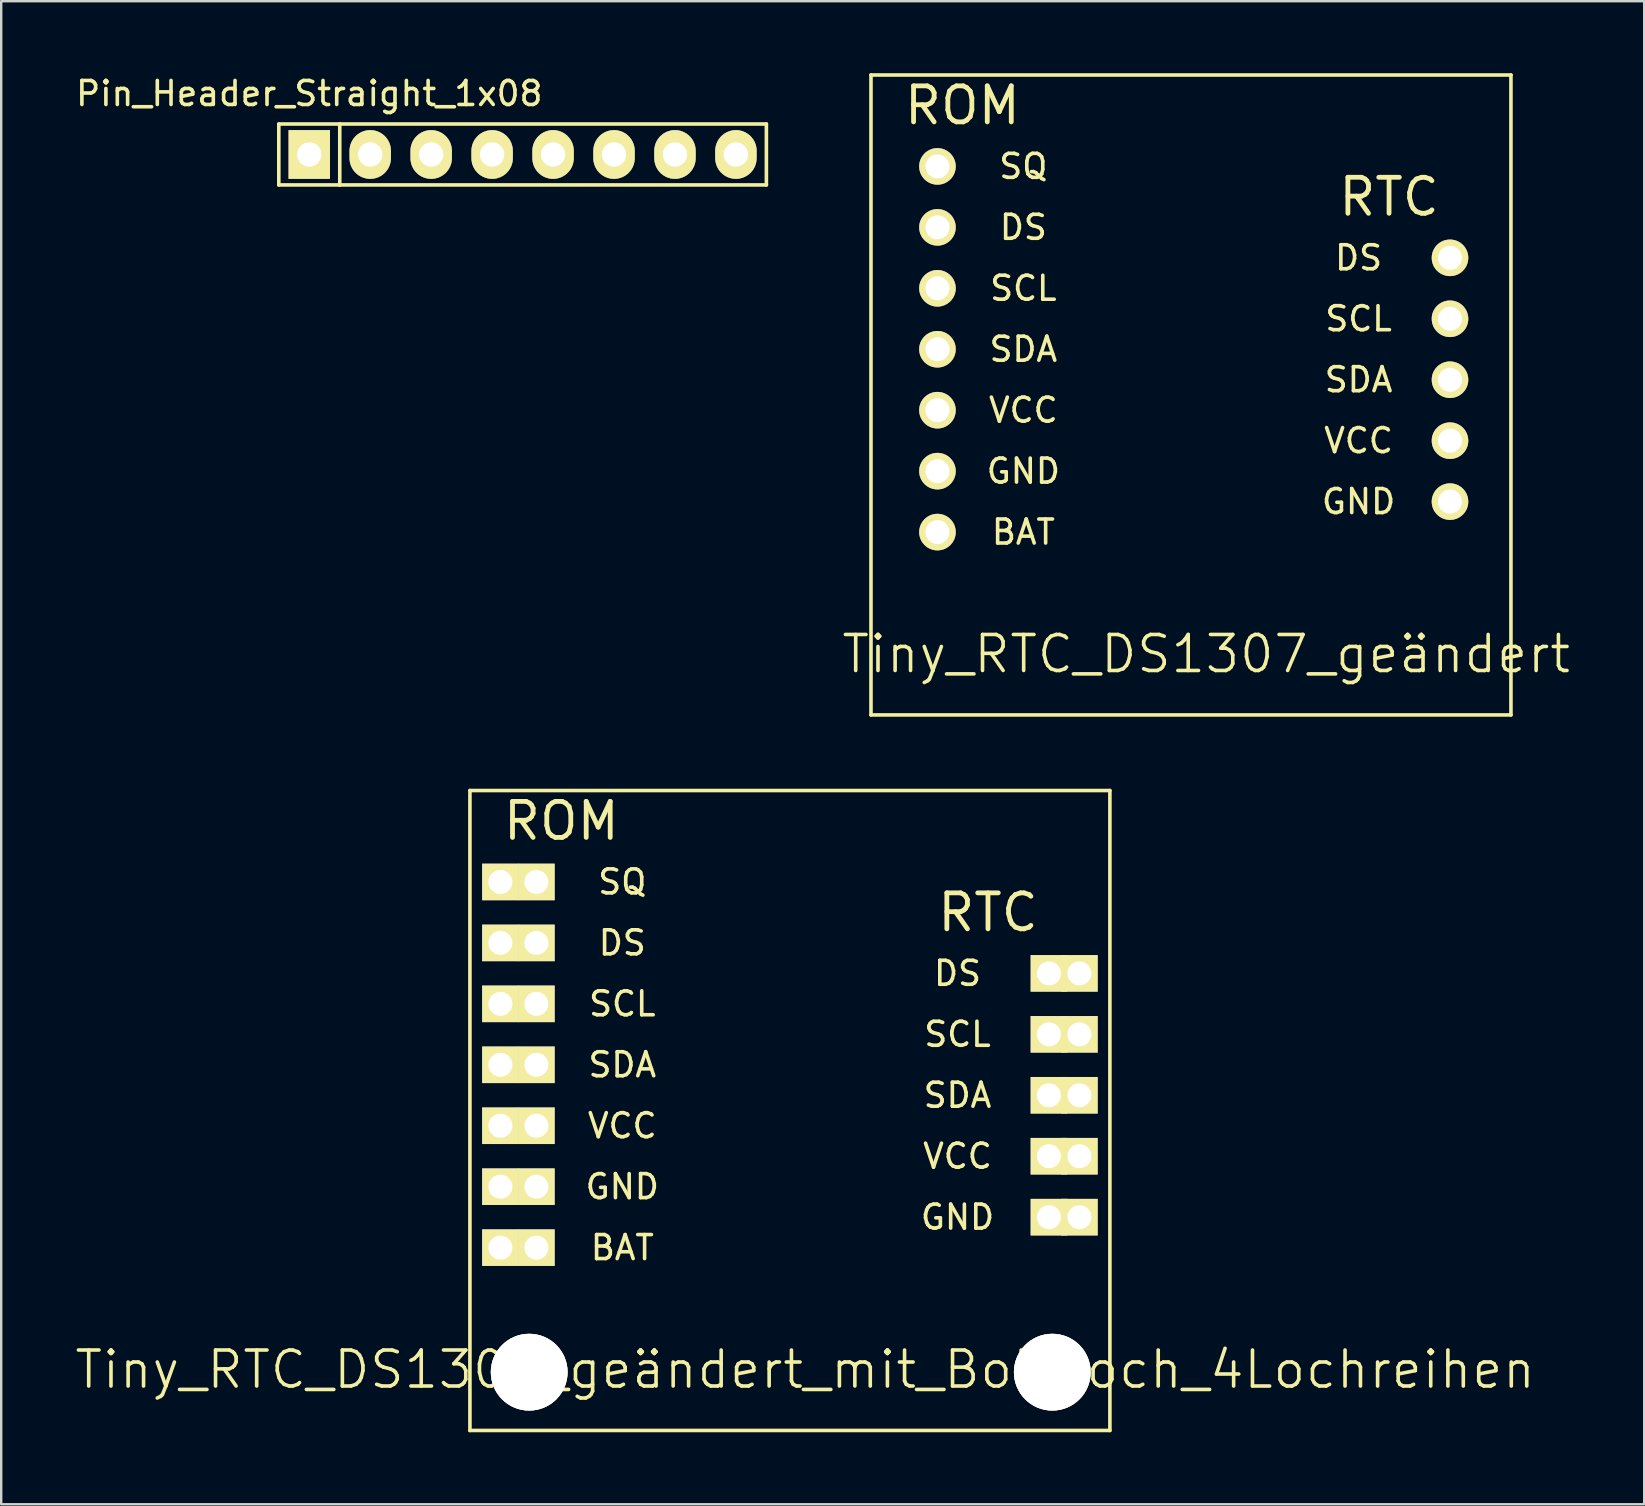
<source format=kicad_pcb>
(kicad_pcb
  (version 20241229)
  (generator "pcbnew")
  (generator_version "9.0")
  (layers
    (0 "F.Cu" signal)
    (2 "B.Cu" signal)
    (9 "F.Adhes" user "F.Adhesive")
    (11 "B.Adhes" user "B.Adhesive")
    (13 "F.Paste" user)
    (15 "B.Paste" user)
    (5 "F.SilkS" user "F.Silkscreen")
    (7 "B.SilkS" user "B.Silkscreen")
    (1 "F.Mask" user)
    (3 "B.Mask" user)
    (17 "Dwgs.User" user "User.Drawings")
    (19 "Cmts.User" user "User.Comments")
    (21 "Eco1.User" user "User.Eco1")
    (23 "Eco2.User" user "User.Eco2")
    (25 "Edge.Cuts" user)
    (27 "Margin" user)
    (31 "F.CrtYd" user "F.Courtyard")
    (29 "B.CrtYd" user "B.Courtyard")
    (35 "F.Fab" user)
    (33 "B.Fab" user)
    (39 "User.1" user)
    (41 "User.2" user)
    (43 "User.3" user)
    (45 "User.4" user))
  (footprint "Tiny_RTC_DS1307_geändert_mit_Bohrloch_4Lochreihen"
    (layer "F.Cu")
    (at 30.504 45.135)
    (property "Reference" "Tiny_RTC_DS1307_geändert_mit_Bohrloch_4Lochreihen" (at 0 8.89 0) (layer "F.SilkS") (effects (font (size 1.5 1.5) (thickness 0.15))))
    (attr through_hole)
    (fp_line (start -13.97 -15.24) (end 12.7 -15.24) (stroke (width 0.15) (type solid)) (layer "F.SilkS"))
    (fp_line (start -13.97 11.43) (end -13.97 -15.24) (stroke (width 0.15) (type solid)) (layer "F.SilkS"))
    (fp_line (start 12.7 -15.24) (end 12.7 11.43) (stroke (width 0.15) (type solid)) (layer "F.SilkS"))
    (fp_line (start 12.7 11.43) (end -13.97 11.43) (stroke (width 0.15) (type solid)) (layer "F.SilkS"))
    (fp_text user "BAT" (at -7.62 3.81 0) (layer "F.SilkS") (effects (font (size 1 1) (thickness 0.15))))
    (fp_text user "SCL" (at -7.62 -6.35 0) (layer "F.SilkS") (effects (font (size 1 1) (thickness 0.15))))
    (fp_text user "SDA" (at -7.62 -3.81 0) (layer "F.SilkS") (effects (font (size 1 1) (thickness 0.15))))
    (fp_text user "SQ" (at -7.62 -11.43 0) (layer "F.SilkS") (effects (font (size 1 1) (thickness 0.15))))
    (fp_text user "DS" (at 6.35 -7.62 0) (layer "F.SilkS") (effects (font (size 1 1) (thickness 0.15))))
    (fp_text user "RTC" (at 7.62 -10.16 0) (layer "F.SilkS") (effects (font (size 1.5 1.5) (thickness 0.2))))
    (fp_text user "SCL" (at 6.35 -5.08 0) (layer "F.SilkS") (effects (font (size 1 1) (thickness 0.15))))
    (fp_text user "VCC" (at 6.35 0 0) (layer "F.SilkS") (effects (font (size 1 1) (thickness 0.15))))
    (fp_text user "VCC" (at -7.62 -1.27 0) (layer "F.SilkS") (effects (font (size 1 1) (thickness 0.15))))
    (fp_text user "GND" (at -7.62 1.27 0) (layer "F.SilkS") (effects (font (size 1 1) (thickness 0.15))))
    (fp_text user "ROM" (at -10.16 -13.97 0) (layer "F.SilkS") (effects (font (size 1.5 1.5) (thickness 0.2))))
    (fp_text user "SDA" (at 6.35 -2.54 0) (layer "F.SilkS") (effects (font (size 1 1) (thickness 0.15))))
    (fp_text user "GND" (at 6.35 2.54 0) (layer "F.SilkS") (effects (font (size 1 1) (thickness 0.15))))
    (fp_text user "DS" (at -7.62 -8.89 0) (layer "F.SilkS") (effects (font (size 1 1) (thickness 0.15))))
    (pad "1" thru_hole rect (at -12.7 3.81) (size 1.524 1.524) (drill 1) (layers "*.Cu" "*.Mask" "F.SilkS"))
    (pad "1" thru_hole rect (at -11.2 3.81) (size 1.524 1.524) (drill 1) (layers "*.Cu" "*.Mask" "F.SilkS"))
    (pad "2" thru_hole rect (at -12.7 1.27) (size 1.524 1.524) (drill 1) (layers "*.Cu" "*.Mask" "F.SilkS"))
    (pad "2" thru_hole rect (at -11.2 1.27) (size 1.524 1.524) (drill 1) (layers "*.Cu" "*.Mask" "F.SilkS"))
    (pad "3" thru_hole rect (at -12.7 -1.27) (size 1.524 1.524) (drill 1) (layers "*.Cu" "*.Mask" "F.SilkS"))
    (pad "3" thru_hole rect (at -11.2 -1.27) (size 1.524 1.524) (drill 1) (layers "*.Cu" "*.Mask" "F.SilkS"))
    (pad "4" thru_hole rect (at -12.7 -3.81) (size 1.524 1.524) (drill 1) (layers "*.Cu" "*.Mask" "F.SilkS"))
    (pad "4" thru_hole rect (at -11.2 -3.81) (size 1.524 1.524) (drill 1) (layers "*.Cu" "*.Mask" "F.SilkS"))
    (pad "5" thru_hole rect (at -12.7 -6.35) (size 1.524 1.524) (drill 1) (layers "*.Cu" "*.Mask" "F.SilkS"))
    (pad "5" thru_hole rect (at -11.2 -6.35) (size 1.524 1.524) (drill 1) (layers "*.Cu" "*.Mask" "F.SilkS"))
    (pad "6" thru_hole rect (at -12.7 -8.89) (size 1.524 1.524) (drill 1) (layers "*.Cu" "*.Mask" "F.SilkS"))
    (pad "6" thru_hole rect (at -11.2 -8.89) (size 1.524 1.524) (drill 1) (layers "*.Cu" "*.Mask" "F.SilkS"))
    (pad "7" thru_hole rect (at -12.7 -11.43) (size 1.524 1.524) (drill 1) (layers "*.Cu" "*.Mask" "F.SilkS"))
    (pad "7" thru_hole rect (at -11.2 -11.43) (size 1.524 1.524) (drill 1) (layers "*.Cu" "*.Mask" "F.SilkS"))
    (pad "8" thru_hole rect (at 10.16 2.54) (size 1.524 1.524) (drill 1) (layers "*.Cu" "*.Mask" "F.SilkS"))
    (pad "8" thru_hole rect (at 11.43 2.54) (size 1.524 1.524) (drill 1) (layers "*.Cu" "*.Mask" "F.SilkS"))
    (pad "9" thru_hole rect (at 10.16 0) (size 1.524 1.524) (drill 1) (layers "*.Cu" "*.Mask" "F.SilkS"))
    (pad "9" thru_hole rect (at 11.43 0) (size 1.524 1.524) (drill 1) (layers "*.Cu" "*.Mask" "F.SilkS"))
    (pad "10" thru_hole rect (at 10.16 -2.54) (size 1.524 1.524) (drill 1) (layers "*.Cu" "*.Mask" "F.SilkS"))
    (pad "10" thru_hole rect (at 11.43 -2.54) (size 1.524 1.524) (drill 1) (layers "*.Cu" "*.Mask" "F.SilkS"))
    (pad "11" thru_hole rect (at 10.16 -5.08) (size 1.524 1.524) (drill 1) (layers "*.Cu" "*.Mask" "F.SilkS"))
    (pad "11" thru_hole rect (at 11.43 -5.08) (size 1.524 1.524) (drill 1) (layers "*.Cu" "*.Mask" "F.SilkS"))
    (pad "12" thru_hole rect (at 10.16 -7.62) (size 1.524 1.524) (drill 1) (layers "*.Cu" "*.Mask" "F.SilkS"))
    (pad "12" thru_hole rect (at 11.43 -7.62) (size 1.524 1.524) (drill 1) (layers "*.Cu" "*.Mask" "F.SilkS"))
    (pad "~" thru_hole circle (at -11.5 9) (size 3.2 3.2) (drill 3.2) (layers "*.Cu" "*.Mask" "F.SilkS"))
    (pad "~" thru_hole circle (at 10.3 9) (size 3.2 3.2) (drill 3.2) (layers "*.Cu" "*.Mask" "F.SilkS")))
  (footprint "Pin_Header_Straight_1x08"
    (layer "F.Cu")
    (at 18.729 3.388)
    (property "Reference" "Pin_Header_Straight_1x08" (at -8.89 -2.54 0) (layer "F.SilkS") (effects (font (size 1 1) (thickness 0.15))))
    (attr through_hole)
    (fp_line (start -10.16 -1.27) (end -10.16 1.27) (stroke (width 0.15) (type solid)) (layer "F.SilkS"))
    (fp_line (start -10.16 -1.27) (end -7.62 -1.27) (stroke (width 0.15) (type solid)) (layer "F.SilkS"))
    (fp_line (start -10.16 1.27) (end -7.62 1.27) (stroke (width 0.15) (type solid)) (layer "F.SilkS"))
    (fp_line (start -7.62 -1.27) (end -7.62 1.27) (stroke (width 0.15) (type solid)) (layer "F.SilkS"))
    (fp_line (start -7.62 -1.27) (end 10.16 -1.27) (stroke (width 0.15) (type solid)) (layer "F.SilkS"))
    (fp_line (start 10.16 -1.27) (end 10.16 1.27) (stroke (width 0.15) (type solid)) (layer "F.SilkS"))
    (fp_line (start 10.16 1.27) (end -7.62 1.27) (stroke (width 0.15) (type solid)) (layer "F.SilkS"))
    (pad "1" thru_hole rect (at -8.89 0) (size 1.727 2.032) (drill 1.016) (layers "*.Cu" "*.Mask" "F.SilkS"))
    (pad "2" thru_hole oval (at -6.35 0) (size 1.727 2.032) (drill 1.016) (layers "*.Cu" "*.Mask" "F.SilkS"))
    (pad "3" thru_hole oval (at -3.81 0) (size 1.727 2.032) (drill 1.016) (layers "*.Cu" "*.Mask" "F.SilkS"))
    (pad "4" thru_hole oval (at -1.27 0) (size 1.727 2.032) (drill 1.016) (layers "*.Cu" "*.Mask" "F.SilkS"))
    (pad "5" thru_hole oval (at 1.27 0) (size 1.727 2.032) (drill 1.016) (layers "*.Cu" "*.Mask" "F.SilkS"))
    (pad "6" thru_hole oval (at 3.81 0) (size 1.727 2.032) (drill 1.016) (layers "*.Cu" "*.Mask" "F.SilkS"))
    (pad "7" thru_hole oval (at 6.35 0) (size 1.727 2.032) (drill 1.016) (layers "*.Cu" "*.Mask" "F.SilkS"))
    (pad "8" thru_hole oval (at 8.89 0) (size 1.727 2.032) (drill 1.016) (layers "*.Cu" "*.Mask" "F.SilkS")))
  (footprint "Tiny_RTC_DS1307_geändert"
    (layer "F.Cu")
    (at 47.218 15.315)
    (property "Reference" "Tiny_RTC_DS1307_geändert" (at 0 8.89 0) (layer "F.SilkS") (effects (font (size 1.5 1.5) (thickness 0.15))))
    (attr through_hole)
    (fp_line (start -13.97 -15.24) (end 12.7 -15.24) (stroke (width 0.15) (type solid)) (layer "F.SilkS"))
    (fp_line (start -13.97 11.43) (end -13.97 -15.24) (stroke (width 0.15) (type solid)) (layer "F.SilkS"))
    (fp_line (start 12.7 -15.24) (end 12.7 11.43) (stroke (width 0.15) (type solid)) (layer "F.SilkS"))
    (fp_line (start 12.7 11.43) (end -13.97 11.43) (stroke (width 0.15) (type solid)) (layer "F.SilkS"))
    (fp_text user "DS" (at -7.62 -8.89 0) (layer "F.SilkS") (effects (font (size 1 1) (thickness 0.15))))
    (fp_text user "GND" (at 6.35 2.54 0) (layer "F.SilkS") (effects (font (size 1 1) (thickness 0.15))))
    (fp_text user "SQ" (at -7.62 -11.43 0) (layer "F.SilkS") (effects (font (size 1 1) (thickness 0.15))))
    (fp_text user "DS" (at 6.35 -7.62 0) (layer "F.SilkS") (effects (font (size 1 1) (thickness 0.15))))
    (fp_text user "SCL" (at 6.35 -5.08 0) (layer "F.SilkS") (effects (font (size 1 1) (thickness 0.15))))
    (fp_text user "SDA" (at -7.62 -3.81 0) (layer "F.SilkS") (effects (font (size 1 1) (thickness 0.15))))
    (fp_text user "RTC" (at 7.62 -10.16 0) (layer "F.SilkS") (effects (font (size 1.5 1.5) (thickness 0.2))))
    (fp_text user "VCC" (at -7.62 -1.27 0) (layer "F.SilkS") (effects (font (size 1 1) (thickness 0.15))))
    (fp_text user "GND" (at -7.62 1.27 0) (layer "F.SilkS") (effects (font (size 1 1) (thickness 0.15))))
    (fp_text user "VCC" (at 6.35 0 0) (layer "F.SilkS") (effects (font (size 1 1) (thickness 0.15))))
    (fp_text user "BAT" (at -7.62 3.81 0) (layer "F.SilkS") (effects (font (size 1 1) (thickness 0.15))))
    (fp_text user "SCL" (at -7.62 -6.35 0) (layer "F.SilkS") (effects (font (size 1 1) (thickness 0.15))))
    (fp_text user "SDA" (at 6.35 -2.54 0) (layer "F.SilkS") (effects (font (size 1 1) (thickness 0.15))))
    (fp_text user "ROM" (at -10.16 -13.97 0) (layer "F.SilkS") (effects (font (size 1.5 1.5) (thickness 0.2))))
    (pad "1" thru_hole circle (at -11.2 3.81) (size 1.524 1.524) (drill 1) (layers "*.Cu" "*.Mask" "F.SilkS"))
    (pad "2" thru_hole circle (at -11.2 1.27) (size 1.524 1.524) (drill 1) (layers "*.Cu" "*.Mask" "F.SilkS"))
    (pad "3" thru_hole circle (at -11.2 -1.27) (size 1.524 1.524) (drill 1) (layers "*.Cu" "*.Mask" "F.SilkS"))
    (pad "4" thru_hole circle (at -11.2 -3.81) (size 1.524 1.524) (drill 1) (layers "*.Cu" "*.Mask" "F.SilkS"))
    (pad "5" thru_hole circle (at -11.2 -6.35) (size 1.524 1.524) (drill 1) (layers "*.Cu" "*.Mask" "F.SilkS"))
    (pad "6" thru_hole circle (at -11.2 -8.89) (size 1.524 1.524) (drill 1) (layers "*.Cu" "*.Mask" "F.SilkS"))
    (pad "7" thru_hole circle (at -11.2 -11.43) (size 1.524 1.524) (drill 1) (layers "*.Cu" "*.Mask" "F.SilkS"))
    (pad "8" thru_hole circle (at 10.16 2.54) (size 1.524 1.524) (drill 1) (layers "*.Cu" "*.Mask" "F.SilkS"))
    (pad "9" thru_hole circle (at 10.16 0) (size 1.524 1.524) (drill 1) (layers "*.Cu" "*.Mask" "F.SilkS"))
    (pad "10" thru_hole circle (at 10.16 -2.54) (size 1.524 1.524) (drill 1) (layers "*.Cu" "*.Mask" "F.SilkS"))
    (pad "11" thru_hole circle (at 10.16 -5.08) (size 1.524 1.524) (drill 1) (layers "*.Cu" "*.Mask" "F.SilkS"))
    (pad "12" thru_hole circle (at 10.16 -7.62) (size 1.524 1.524) (drill 1) (layers "*.Cu" "*.Mask" "F.SilkS")))
  (gr_rect
    (start -3 -3)
    (end 65.471 59.64)
    (stroke (width 0.1) (type default))
    (fill no)
    (layer "Edge.Cuts")))
</source>
